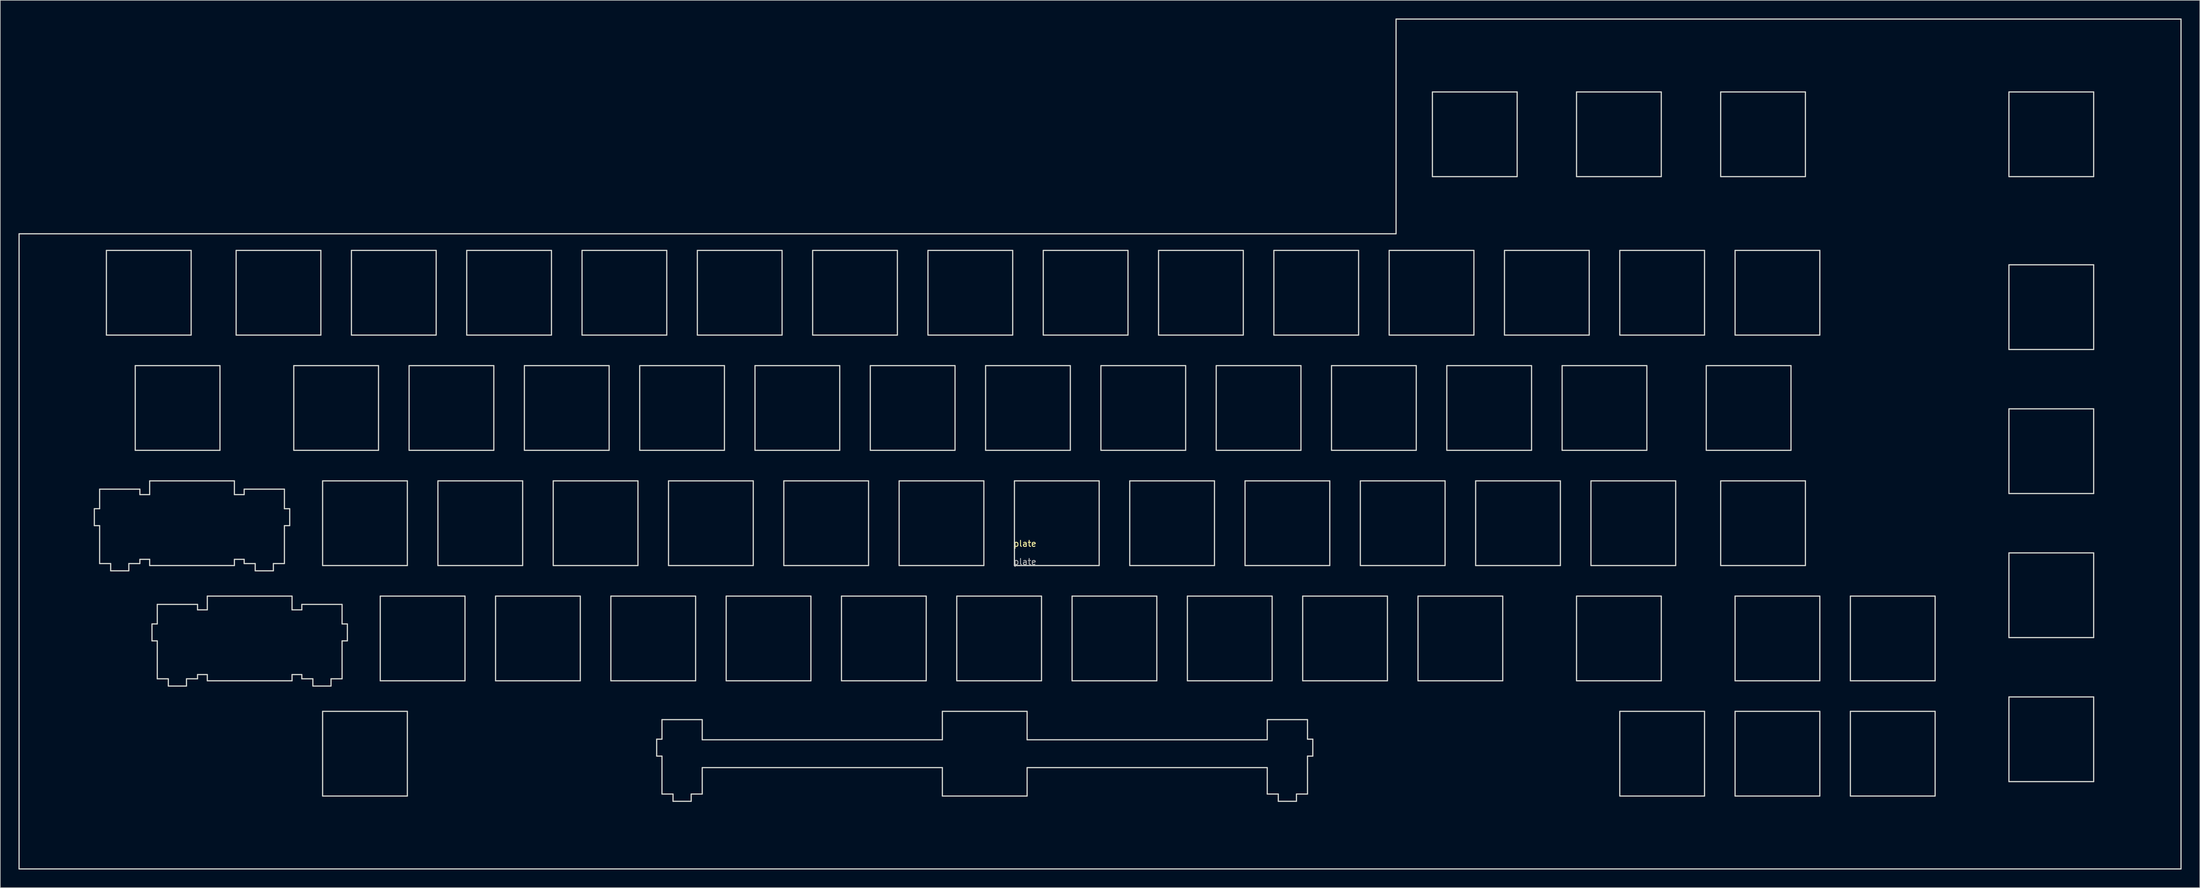
<source format=kicad_pcb>
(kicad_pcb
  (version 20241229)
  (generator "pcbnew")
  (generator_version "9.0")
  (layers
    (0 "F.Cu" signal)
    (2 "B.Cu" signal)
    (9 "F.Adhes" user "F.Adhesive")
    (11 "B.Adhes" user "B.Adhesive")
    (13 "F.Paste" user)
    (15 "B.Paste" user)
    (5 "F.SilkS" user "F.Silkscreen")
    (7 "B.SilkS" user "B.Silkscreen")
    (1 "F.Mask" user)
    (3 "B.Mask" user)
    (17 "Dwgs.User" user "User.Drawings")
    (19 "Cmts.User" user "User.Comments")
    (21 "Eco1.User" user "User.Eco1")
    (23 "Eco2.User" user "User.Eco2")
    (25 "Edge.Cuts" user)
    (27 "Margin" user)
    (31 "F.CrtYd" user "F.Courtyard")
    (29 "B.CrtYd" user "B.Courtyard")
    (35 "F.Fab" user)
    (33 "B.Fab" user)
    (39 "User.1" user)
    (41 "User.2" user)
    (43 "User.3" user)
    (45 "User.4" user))
  (footprint "plate"
    (layer "F.Cu")
    (at 166.292 87.314)
    (property "Reference" "plate" (at 0 -0.5 0) (unlocked yes) (layer "F.SilkS") (effects (font (size 1 1) (thickness 0.15))))
    (fp_line (start -166.192 -51.714) (end -166.192 53.28) (stroke (width 0.2) (type solid)) (layer "Edge.Cuts"))
    (fp_line (start -166.192 53.28) (end 190.996 53.28) (stroke (width 0.2) (type solid)) (layer "Edge.Cuts"))
    (fp_line (start -153.757 -6.27) (end -152.882 -6.27) (stroke (width 0.2) (type solid)) (layer "Edge.Cuts"))
    (fp_line (start -153.757 -3.47) (end -153.757 -6.27) (stroke (width 0.2) (type solid)) (layer "Edge.Cuts"))
    (fp_line (start -152.882 -9.5) (end -146.232 -9.5) (stroke (width 0.2) (type solid)) (layer "Edge.Cuts"))
    (fp_line (start -152.882 -6.27) (end -152.882 -9.5) (stroke (width 0.2) (type solid)) (layer "Edge.Cuts"))
    (fp_line (start -152.882 -3.47) (end -153.757 -3.47) (stroke (width 0.2) (type solid)) (layer "Edge.Cuts"))
    (fp_line (start -152.882 2.8) (end -152.882 -3.47) (stroke (width 0.2) (type solid)) (layer "Edge.Cuts"))
    (fp_line (start -151.761 -48.97) (end -137.761 -48.97) (stroke (width 0.2) (type solid)) (layer "Edge.Cuts"))
    (fp_line (start -151.761 -34.97) (end -151.761 -48.97) (stroke (width 0.2) (type solid)) (layer "Edge.Cuts"))
    (fp_line (start -151.057 2.8) (end -152.882 2.8) (stroke (width 0.2) (type solid)) (layer "Edge.Cuts"))
    (fp_line (start -151.057 4) (end -151.057 2.8) (stroke (width 0.2) (type solid)) (layer "Edge.Cuts"))
    (fp_line (start -148.057 2.8) (end -148.057 4) (stroke (width 0.2) (type solid)) (layer "Edge.Cuts"))
    (fp_line (start -148.057 4) (end -151.057 4) (stroke (width 0.2) (type solid)) (layer "Edge.Cuts"))
    (fp_line (start -146.999 -29.92) (end -132.999 -29.92) (stroke (width 0.2) (type solid)) (layer "Edge.Cuts"))
    (fp_line (start -146.999 -15.92) (end -146.999 -29.92) (stroke (width 0.2) (type solid)) (layer "Edge.Cuts"))
    (fp_line (start -146.232 -9.5) (end -146.232 -8.6) (stroke (width 0.2) (type solid)) (layer "Edge.Cuts"))
    (fp_line (start -146.232 -8.6) (end -144.617 -8.6) (stroke (width 0.2) (type solid)) (layer "Edge.Cuts"))
    (fp_line (start -146.232 2.1) (end -146.232 2.8) (stroke (width 0.2) (type solid)) (layer "Edge.Cuts"))
    (fp_line (start -146.232 2.8) (end -148.057 2.8) (stroke (width 0.2) (type solid)) (layer "Edge.Cuts"))
    (fp_line (start -144.617 -10.87) (end -130.617 -10.87) (stroke (width 0.2) (type solid)) (layer "Edge.Cuts"))
    (fp_line (start -144.617 -8.6) (end -144.617 -10.87) (stroke (width 0.2) (type solid)) (layer "Edge.Cuts"))
    (fp_line (start -144.617 2.1) (end -146.232 2.1) (stroke (width 0.2) (type solid)) (layer "Edge.Cuts"))
    (fp_line (start -144.617 3.13) (end -144.617 2.1) (stroke (width 0.2) (type solid)) (layer "Edge.Cuts"))
    (fp_line (start -144.232 12.78) (end -143.357 12.78) (stroke (width 0.2) (type solid)) (layer "Edge.Cuts"))
    (fp_line (start -144.232 15.58) (end -144.232 12.78) (stroke (width 0.2) (type solid)) (layer "Edge.Cuts"))
    (fp_line (start -143.357 9.55) (end -136.707 9.55) (stroke (width 0.2) (type solid)) (layer "Edge.Cuts"))
    (fp_line (start -143.357 12.78) (end -143.357 9.55) (stroke (width 0.2) (type solid)) (layer "Edge.Cuts"))
    (fp_line (start -143.357 15.58) (end -144.232 15.58) (stroke (width 0.2) (type solid)) (layer "Edge.Cuts"))
    (fp_line (start -143.357 21.85) (end -143.357 15.58) (stroke (width 0.2) (type solid)) (layer "Edge.Cuts"))
    (fp_line (start -141.532 21.85) (end -143.357 21.85) (stroke (width 0.2) (type solid)) (layer "Edge.Cuts"))
    (fp_line (start -141.532 23.05) (end -141.532 21.85) (stroke (width 0.2) (type solid)) (layer "Edge.Cuts"))
    (fp_line (start -138.532 21.85) (end -138.532 23.05) (stroke (width 0.2) (type solid)) (layer "Edge.Cuts"))
    (fp_line (start -138.532 23.05) (end -141.532 23.05) (stroke (width 0.2) (type solid)) (layer "Edge.Cuts"))
    (fp_line (start -137.761 -48.97) (end -137.761 -34.97) (stroke (width 0.2) (type solid)) (layer "Edge.Cuts"))
    (fp_line (start -137.761 -34.97) (end -151.761 -34.97) (stroke (width 0.2) (type solid)) (layer "Edge.Cuts"))
    (fp_line (start -136.707 9.55) (end -136.707 10.45) (stroke (width 0.2) (type solid)) (layer "Edge.Cuts"))
    (fp_line (start -136.707 10.45) (end -135.092 10.45) (stroke (width 0.2) (type solid)) (layer "Edge.Cuts"))
    (fp_line (start -136.707 21.15) (end -136.707 21.85) (stroke (width 0.2) (type solid)) (layer "Edge.Cuts"))
    (fp_line (start -136.707 21.85) (end -138.532 21.85) (stroke (width 0.2) (type solid)) (layer "Edge.Cuts"))
    (fp_line (start -135.092 8.18) (end -121.092 8.18) (stroke (width 0.2) (type solid)) (layer "Edge.Cuts"))
    (fp_line (start -135.092 10.45) (end -135.092 8.18) (stroke (width 0.2) (type solid)) (layer "Edge.Cuts"))
    (fp_line (start -135.092 21.15) (end -136.707 21.15) (stroke (width 0.2) (type solid)) (layer "Edge.Cuts"))
    (fp_line (start -135.092 22.18) (end -135.092 21.15) (stroke (width 0.2) (type solid)) (layer "Edge.Cuts"))
    (fp_line (start -132.999 -29.92) (end -132.999 -15.92) (stroke (width 0.2) (type solid)) (layer "Edge.Cuts"))
    (fp_line (start -132.999 -15.92) (end -146.999 -15.92) (stroke (width 0.2) (type solid)) (layer "Edge.Cuts"))
    (fp_line (start -130.617 -10.87) (end -130.617 -8.6) (stroke (width 0.2) (type solid)) (layer "Edge.Cuts"))
    (fp_line (start -130.617 -8.6) (end -129.002 -8.6) (stroke (width 0.2) (type solid)) (layer "Edge.Cuts"))
    (fp_line (start -130.617 2.1) (end -130.617 3.13) (stroke (width 0.2) (type solid)) (layer "Edge.Cuts"))
    (fp_line (start -130.617 3.13) (end -144.617 3.13) (stroke (width 0.2) (type solid)) (layer "Edge.Cuts"))
    (fp_line (start -130.33 -48.97) (end -116.33 -48.97) (stroke (width 0.2) (type solid)) (layer "Edge.Cuts"))
    (fp_line (start -130.33 -34.97) (end -130.33 -48.97) (stroke (width 0.2) (type solid)) (layer "Edge.Cuts"))
    (fp_line (start -129.002 -9.5) (end -122.352 -9.5) (stroke (width 0.2) (type solid)) (layer "Edge.Cuts"))
    (fp_line (start -129.002 -8.6) (end -129.002 -9.5) (stroke (width 0.2) (type solid)) (layer "Edge.Cuts"))
    (fp_line (start -129.002 2.1) (end -130.617 2.1) (stroke (width 0.2) (type solid)) (layer "Edge.Cuts"))
    (fp_line (start -129.002 2.8) (end -129.002 2.1) (stroke (width 0.2) (type solid)) (layer "Edge.Cuts"))
    (fp_line (start -127.177 2.8) (end -129.002 2.8) (stroke (width 0.2) (type solid)) (layer "Edge.Cuts"))
    (fp_line (start -127.177 4) (end -127.177 2.8) (stroke (width 0.2) (type solid)) (layer "Edge.Cuts"))
    (fp_line (start -124.177 2.8) (end -124.177 4) (stroke (width 0.2) (type solid)) (layer "Edge.Cuts"))
    (fp_line (start -124.177 4) (end -127.177 4) (stroke (width 0.2) (type solid)) (layer "Edge.Cuts"))
    (fp_line (start -122.352 -9.5) (end -122.352 -6.27) (stroke (width 0.2) (type solid)) (layer "Edge.Cuts"))
    (fp_line (start -122.352 -6.27) (end -121.477 -6.27) (stroke (width 0.2) (type solid)) (layer "Edge.Cuts"))
    (fp_line (start -122.352 -3.47) (end -122.352 2.8) (stroke (width 0.2) (type solid)) (layer "Edge.Cuts"))
    (fp_line (start -122.352 2.8) (end -124.177 2.8) (stroke (width 0.2) (type solid)) (layer "Edge.Cuts"))
    (fp_line (start -121.477 -6.27) (end -121.477 -3.47) (stroke (width 0.2) (type solid)) (layer "Edge.Cuts"))
    (fp_line (start -121.477 -3.47) (end -122.352 -3.47) (stroke (width 0.2) (type solid)) (layer "Edge.Cuts"))
    (fp_line (start -121.092 8.18) (end -121.092 10.45) (stroke (width 0.2) (type solid)) (layer "Edge.Cuts"))
    (fp_line (start -121.092 10.45) (end -119.477 10.45) (stroke (width 0.2) (type solid)) (layer "Edge.Cuts"))
    (fp_line (start -121.092 21.15) (end -121.092 22.18) (stroke (width 0.2) (type solid)) (layer "Edge.Cuts"))
    (fp_line (start -121.092 22.18) (end -135.092 22.18) (stroke (width 0.2) (type solid)) (layer "Edge.Cuts"))
    (fp_line (start -120.805 -29.92) (end -106.805 -29.92) (stroke (width 0.2) (type solid)) (layer "Edge.Cuts"))
    (fp_line (start -120.805 -15.92) (end -120.805 -29.92) (stroke (width 0.2) (type solid)) (layer "Edge.Cuts"))
    (fp_line (start -119.477 9.55) (end -112.827 9.55) (stroke (width 0.2) (type solid)) (layer "Edge.Cuts"))
    (fp_line (start -119.477 10.45) (end -119.477 9.55) (stroke (width 0.2) (type solid)) (layer "Edge.Cuts"))
    (fp_line (start -119.477 21.15) (end -121.092 21.15) (stroke (width 0.2) (type solid)) (layer "Edge.Cuts"))
    (fp_line (start -119.477 21.85) (end -119.477 21.15) (stroke (width 0.2) (type solid)) (layer "Edge.Cuts"))
    (fp_line (start -117.652 21.85) (end -119.477 21.85) (stroke (width 0.2) (type solid)) (layer "Edge.Cuts"))
    (fp_line (start -117.652 23.05) (end -117.652 21.85) (stroke (width 0.2) (type solid)) (layer "Edge.Cuts"))
    (fp_line (start -116.33 -48.97) (end -116.33 -34.97) (stroke (width 0.2) (type solid)) (layer "Edge.Cuts"))
    (fp_line (start -116.33 -34.97) (end -130.33 -34.97) (stroke (width 0.2) (type solid)) (layer "Edge.Cuts"))
    (fp_line (start -116.042 -10.87) (end -102.042 -10.87) (stroke (width 0.2) (type solid)) (layer "Edge.Cuts"))
    (fp_line (start -116.042 3.13) (end -116.042 -10.87) (stroke (width 0.2) (type solid)) (layer "Edge.Cuts"))
    (fp_line (start -116.042 27.23) (end -102.042 27.23) (stroke (width 0.2) (type solid)) (layer "Edge.Cuts"))
    (fp_line (start -116.042 41.23) (end -116.042 27.23) (stroke (width 0.2) (type solid)) (layer "Edge.Cuts"))
    (fp_line (start -114.652 21.85) (end -114.652 23.05) (stroke (width 0.2) (type solid)) (layer "Edge.Cuts"))
    (fp_line (start -114.652 23.05) (end -117.652 23.05) (stroke (width 0.2) (type solid)) (layer "Edge.Cuts"))
    (fp_line (start -112.827 9.55) (end -112.827 12.78) (stroke (width 0.2) (type solid)) (layer "Edge.Cuts"))
    (fp_line (start -112.827 12.78) (end -111.952 12.78) (stroke (width 0.2) (type solid)) (layer "Edge.Cuts"))
    (fp_line (start -112.827 15.58) (end -112.827 21.85) (stroke (width 0.2) (type solid)) (layer "Edge.Cuts"))
    (fp_line (start -112.827 21.85) (end -114.652 21.85) (stroke (width 0.2) (type solid)) (layer "Edge.Cuts"))
    (fp_line (start -111.952 12.78) (end -111.952 15.58) (stroke (width 0.2) (type solid)) (layer "Edge.Cuts"))
    (fp_line (start -111.952 15.58) (end -112.827 15.58) (stroke (width 0.2) (type solid)) (layer "Edge.Cuts"))
    (fp_line (start -111.28 -48.97) (end -97.28 -48.97) (stroke (width 0.2) (type solid)) (layer "Edge.Cuts"))
    (fp_line (start -111.28 -34.97) (end -111.28 -48.97) (stroke (width 0.2) (type solid)) (layer "Edge.Cuts"))
    (fp_line (start -106.805 -29.92) (end -106.805 -15.92) (stroke (width 0.2) (type solid)) (layer "Edge.Cuts"))
    (fp_line (start -106.805 -15.92) (end -120.805 -15.92) (stroke (width 0.2) (type solid)) (layer "Edge.Cuts"))
    (fp_line (start -106.517 8.18) (end -92.517 8.18) (stroke (width 0.2) (type solid)) (layer "Edge.Cuts"))
    (fp_line (start -106.517 22.18) (end -106.517 8.18) (stroke (width 0.2) (type solid)) (layer "Edge.Cuts"))
    (fp_line (start -102.042 -10.87) (end -102.042 3.13) (stroke (width 0.2) (type solid)) (layer "Edge.Cuts"))
    (fp_line (start -102.042 3.13) (end -116.042 3.13) (stroke (width 0.2) (type solid)) (layer "Edge.Cuts"))
    (fp_line (start -102.042 27.23) (end -102.042 41.23) (stroke (width 0.2) (type solid)) (layer "Edge.Cuts"))
    (fp_line (start -102.042 41.23) (end -116.042 41.23) (stroke (width 0.2) (type solid)) (layer "Edge.Cuts"))
    (fp_line (start -101.755 -29.92) (end -87.755 -29.92) (stroke (width 0.2) (type solid)) (layer "Edge.Cuts"))
    (fp_line (start -101.755 -15.92) (end -101.755 -29.92) (stroke (width 0.2) (type solid)) (layer "Edge.Cuts"))
    (fp_line (start -97.28 -48.97) (end -97.28 -34.97) (stroke (width 0.2) (type solid)) (layer "Edge.Cuts"))
    (fp_line (start -97.28 -34.97) (end -111.28 -34.97) (stroke (width 0.2) (type solid)) (layer "Edge.Cuts"))
    (fp_line (start -96.992 -10.87) (end -82.992 -10.87) (stroke (width 0.2) (type solid)) (layer "Edge.Cuts"))
    (fp_line (start -96.992 3.13) (end -96.992 -10.87) (stroke (width 0.2) (type solid)) (layer "Edge.Cuts"))
    (fp_line (start -92.517 8.18) (end -92.517 22.18) (stroke (width 0.2) (type solid)) (layer "Edge.Cuts"))
    (fp_line (start -92.517 22.18) (end -106.517 22.18) (stroke (width 0.2) (type solid)) (layer "Edge.Cuts"))
    (fp_line (start -92.23 -48.97) (end -78.23 -48.97) (stroke (width 0.2) (type solid)) (layer "Edge.Cuts"))
    (fp_line (start -92.23 -34.97) (end -92.23 -48.97) (stroke (width 0.2) (type solid)) (layer "Edge.Cuts"))
    (fp_line (start -87.755 -29.92) (end -87.755 -15.92) (stroke (width 0.2) (type solid)) (layer "Edge.Cuts"))
    (fp_line (start -87.755 -15.92) (end -101.755 -15.92) (stroke (width 0.2) (type solid)) (layer "Edge.Cuts"))
    (fp_line (start -87.467 8.18) (end -73.467 8.18) (stroke (width 0.2) (type solid)) (layer "Edge.Cuts"))
    (fp_line (start -87.467 22.18) (end -87.467 8.18) (stroke (width 0.2) (type solid)) (layer "Edge.Cuts"))
    (fp_line (start -82.992 -10.87) (end -82.992 3.13) (stroke (width 0.2) (type solid)) (layer "Edge.Cuts"))
    (fp_line (start -82.992 3.13) (end -96.992 3.13) (stroke (width 0.2) (type solid)) (layer "Edge.Cuts"))
    (fp_line (start -82.705 -29.92) (end -68.705 -29.92) (stroke (width 0.2) (type solid)) (layer "Edge.Cuts"))
    (fp_line (start -82.705 -15.92) (end -82.705 -29.92) (stroke (width 0.2) (type solid)) (layer "Edge.Cuts"))
    (fp_line (start -78.23 -48.97) (end -78.23 -34.97) (stroke (width 0.2) (type solid)) (layer "Edge.Cuts"))
    (fp_line (start -78.23 -34.97) (end -92.23 -34.97) (stroke (width 0.2) (type solid)) (layer "Edge.Cuts"))
    (fp_line (start -77.942 -10.87) (end -63.942 -10.87) (stroke (width 0.2) (type solid)) (layer "Edge.Cuts"))
    (fp_line (start -77.942 3.13) (end -77.942 -10.87) (stroke (width 0.2) (type solid)) (layer "Edge.Cuts"))
    (fp_line (start -73.467 8.18) (end -73.467 22.18) (stroke (width 0.2) (type solid)) (layer "Edge.Cuts"))
    (fp_line (start -73.467 22.18) (end -87.467 22.18) (stroke (width 0.2) (type solid)) (layer "Edge.Cuts"))
    (fp_line (start -73.18 -48.97) (end -59.18 -48.97) (stroke (width 0.2) (type solid)) (layer "Edge.Cuts"))
    (fp_line (start -73.18 -34.97) (end -73.18 -48.97) (stroke (width 0.2) (type solid)) (layer "Edge.Cuts"))
    (fp_line (start -68.705 -29.92) (end -68.705 -15.92) (stroke (width 0.2) (type solid)) (layer "Edge.Cuts"))
    (fp_line (start -68.705 -15.92) (end -82.705 -15.92) (stroke (width 0.2) (type solid)) (layer "Edge.Cuts"))
    (fp_line (start -68.417 8.18) (end -54.417 8.18) (stroke (width 0.2) (type solid)) (layer "Edge.Cuts"))
    (fp_line (start -68.417 22.18) (end -68.417 8.18) (stroke (width 0.2) (type solid)) (layer "Edge.Cuts"))
    (fp_line (start -63.942 -10.87) (end -63.942 3.13) (stroke (width 0.2) (type solid)) (layer "Edge.Cuts"))
    (fp_line (start -63.942 3.13) (end -77.942 3.13) (stroke (width 0.2) (type solid)) (layer "Edge.Cuts"))
    (fp_line (start -63.655 -29.92) (end -49.655 -29.92) (stroke (width 0.2) (type solid)) (layer "Edge.Cuts"))
    (fp_line (start -63.655 -15.92) (end -63.655 -29.92) (stroke (width 0.2) (type solid)) (layer "Edge.Cuts"))
    (fp_line (start -60.848 31.83) (end -59.973 31.83) (stroke (width 0.2) (type solid)) (layer "Edge.Cuts"))
    (fp_line (start -60.848 34.63) (end -60.848 31.83) (stroke (width 0.2) (type solid)) (layer "Edge.Cuts"))
    (fp_line (start -59.973 28.6) (end -53.323 28.6) (stroke (width 0.2) (type solid)) (layer "Edge.Cuts"))
    (fp_line (start -59.973 31.83) (end -59.973 28.6) (stroke (width 0.2) (type solid)) (layer "Edge.Cuts"))
    (fp_line (start -59.973 34.63) (end -60.848 34.63) (stroke (width 0.2) (type solid)) (layer "Edge.Cuts"))
    (fp_line (start -59.973 40.9) (end -59.973 34.63) (stroke (width 0.2) (type solid)) (layer "Edge.Cuts"))
    (fp_line (start -59.18 -48.97) (end -59.18 -34.97) (stroke (width 0.2) (type solid)) (layer "Edge.Cuts"))
    (fp_line (start -59.18 -34.97) (end -73.18 -34.97) (stroke (width 0.2) (type solid)) (layer "Edge.Cuts"))
    (fp_line (start -58.892 -10.87) (end -44.892 -10.87) (stroke (width 0.2) (type solid)) (layer "Edge.Cuts"))
    (fp_line (start -58.892 3.13) (end -58.892 -10.87) (stroke (width 0.2) (type solid)) (layer "Edge.Cuts"))
    (fp_line (start -58.148 40.9) (end -59.973 40.9) (stroke (width 0.2) (type solid)) (layer "Edge.Cuts"))
    (fp_line (start -58.148 42.1) (end -58.148 40.9) (stroke (width 0.2) (type solid)) (layer "Edge.Cuts"))
    (fp_line (start -55.148 40.9) (end -55.148 42.1) (stroke (width 0.2) (type solid)) (layer "Edge.Cuts"))
    (fp_line (start -55.148 42.1) (end -58.148 42.1) (stroke (width 0.2) (type solid)) (layer "Edge.Cuts"))
    (fp_line (start -54.417 8.18) (end -54.417 22.18) (stroke (width 0.2) (type solid)) (layer "Edge.Cuts"))
    (fp_line (start -54.417 22.18) (end -68.417 22.18) (stroke (width 0.2) (type solid)) (layer "Edge.Cuts"))
    (fp_line (start -54.13 -48.97) (end -40.13 -48.97) (stroke (width 0.2) (type solid)) (layer "Edge.Cuts"))
    (fp_line (start -54.13 -34.97) (end -54.13 -48.97) (stroke (width 0.2) (type solid)) (layer "Edge.Cuts"))
    (fp_line (start -53.323 28.6) (end -53.323 31.93) (stroke (width 0.2) (type solid)) (layer "Edge.Cuts"))
    (fp_line (start -53.323 31.93) (end -13.648 31.93) (stroke (width 0.2) (type solid)) (layer "Edge.Cuts"))
    (fp_line (start -53.323 36.53) (end -53.323 40.9) (stroke (width 0.2) (type solid)) (layer "Edge.Cuts"))
    (fp_line (start -53.323 40.9) (end -55.148 40.9) (stroke (width 0.2) (type solid)) (layer "Edge.Cuts"))
    (fp_line (start -49.655 -29.92) (end -49.655 -15.92) (stroke (width 0.2) (type solid)) (layer "Edge.Cuts"))
    (fp_line (start -49.655 -15.92) (end -63.655 -15.92) (stroke (width 0.2) (type solid)) (layer "Edge.Cuts"))
    (fp_line (start -49.367 8.18) (end -35.367 8.18) (stroke (width 0.2) (type solid)) (layer "Edge.Cuts"))
    (fp_line (start -49.367 22.18) (end -49.367 8.18) (stroke (width 0.2) (type solid)) (layer "Edge.Cuts"))
    (fp_line (start -44.892 -10.87) (end -44.892 3.13) (stroke (width 0.2) (type solid)) (layer "Edge.Cuts"))
    (fp_line (start -44.892 3.13) (end -58.892 3.13) (stroke (width 0.2) (type solid)) (layer "Edge.Cuts"))
    (fp_line (start -44.605 -29.92) (end -30.605 -29.92) (stroke (width 0.2) (type solid)) (layer "Edge.Cuts"))
    (fp_line (start -44.605 -15.92) (end -44.605 -29.92) (stroke (width 0.2) (type solid)) (layer "Edge.Cuts"))
    (fp_line (start -40.13 -48.97) (end -40.13 -34.97) (stroke (width 0.2) (type solid)) (layer "Edge.Cuts"))
    (fp_line (start -40.13 -34.97) (end -54.13 -34.97) (stroke (width 0.2) (type solid)) (layer "Edge.Cuts"))
    (fp_line (start -39.842 -10.87) (end -25.842 -10.87) (stroke (width 0.2) (type solid)) (layer "Edge.Cuts"))
    (fp_line (start -39.842 3.13) (end -39.842 -10.87) (stroke (width 0.2) (type solid)) (layer "Edge.Cuts"))
    (fp_line (start -35.367 8.18) (end -35.367 22.18) (stroke (width 0.2) (type solid)) (layer "Edge.Cuts"))
    (fp_line (start -35.367 22.18) (end -49.367 22.18) (stroke (width 0.2) (type solid)) (layer "Edge.Cuts"))
    (fp_line (start -35.08 -48.97) (end -21.08 -48.97) (stroke (width 0.2) (type solid)) (layer "Edge.Cuts"))
    (fp_line (start -35.08 -34.97) (end -35.08 -48.97) (stroke (width 0.2) (type solid)) (layer "Edge.Cuts"))
    (fp_line (start -30.605 -29.92) (end -30.605 -15.92) (stroke (width 0.2) (type solid)) (layer "Edge.Cuts"))
    (fp_line (start -30.605 -15.92) (end -44.605 -15.92) (stroke (width 0.2) (type solid)) (layer "Edge.Cuts"))
    (fp_line (start -30.317 8.18) (end -16.317 8.18) (stroke (width 0.2) (type solid)) (layer "Edge.Cuts"))
    (fp_line (start -30.317 22.18) (end -30.317 8.18) (stroke (width 0.2) (type solid)) (layer "Edge.Cuts"))
    (fp_line (start -25.842 -10.87) (end -25.842 3.13) (stroke (width 0.2) (type solid)) (layer "Edge.Cuts"))
    (fp_line (start -25.842 3.13) (end -39.842 3.13) (stroke (width 0.2) (type solid)) (layer "Edge.Cuts"))
    (fp_line (start -25.555 -29.92) (end -11.555 -29.92) (stroke (width 0.2) (type solid)) (layer "Edge.Cuts"))
    (fp_line (start -25.555 -15.92) (end -25.555 -29.92) (stroke (width 0.2) (type solid)) (layer "Edge.Cuts"))
    (fp_line (start -21.08 -48.97) (end -21.08 -34.97) (stroke (width 0.2) (type solid)) (layer "Edge.Cuts"))
    (fp_line (start -21.08 -34.97) (end -35.08 -34.97) (stroke (width 0.2) (type solid)) (layer "Edge.Cuts"))
    (fp_line (start -20.792 -10.87) (end -6.792 -10.87) (stroke (width 0.2) (type solid)) (layer "Edge.Cuts"))
    (fp_line (start -20.792 3.13) (end -20.792 -10.87) (stroke (width 0.2) (type solid)) (layer "Edge.Cuts"))
    (fp_line (start -16.317 8.18) (end -16.317 22.18) (stroke (width 0.2) (type solid)) (layer "Edge.Cuts"))
    (fp_line (start -16.317 22.18) (end -30.317 22.18) (stroke (width 0.2) (type solid)) (layer "Edge.Cuts"))
    (fp_line (start -16.03 -48.97) (end -2.03 -48.97) (stroke (width 0.2) (type solid)) (layer "Edge.Cuts"))
    (fp_line (start -16.03 -34.97) (end -16.03 -48.97) (stroke (width 0.2) (type solid)) (layer "Edge.Cuts"))
    (fp_line (start -13.648 27.23) (end 0.352 27.23) (stroke (width 0.2) (type solid)) (layer "Edge.Cuts"))
    (fp_line (start -13.648 31.93) (end -13.648 27.23) (stroke (width 0.2) (type solid)) (layer "Edge.Cuts"))
    (fp_line (start -13.648 36.53) (end -53.323 36.53) (stroke (width 0.2) (type solid)) (layer "Edge.Cuts"))
    (fp_line (start -13.648 41.23) (end -13.648 36.53) (stroke (width 0.2) (type solid)) (layer "Edge.Cuts"))
    (fp_line (start -11.555 -29.92) (end -11.555 -15.92) (stroke (width 0.2) (type solid)) (layer "Edge.Cuts"))
    (fp_line (start -11.555 -15.92) (end -25.555 -15.92) (stroke (width 0.2) (type solid)) (layer "Edge.Cuts"))
    (fp_line (start -11.267 8.18) (end 2.733 8.18) (stroke (width 0.2) (type solid)) (layer "Edge.Cuts"))
    (fp_line (start -11.267 22.18) (end -11.267 8.18) (stroke (width 0.2) (type solid)) (layer "Edge.Cuts"))
    (fp_line (start -6.792 -10.87) (end -6.792 3.13) (stroke (width 0.2) (type solid)) (layer "Edge.Cuts"))
    (fp_line (start -6.792 3.13) (end -20.792 3.13) (stroke (width 0.2) (type solid)) (layer "Edge.Cuts"))
    (fp_line (start -6.505 -29.92) (end 7.495 -29.92) (stroke (width 0.2) (type solid)) (layer "Edge.Cuts"))
    (fp_line (start -6.505 -15.92) (end -6.505 -29.92) (stroke (width 0.2) (type solid)) (layer "Edge.Cuts"))
    (fp_line (start -2.03 -48.97) (end -2.03 -34.97) (stroke (width 0.2) (type solid)) (layer "Edge.Cuts"))
    (fp_line (start -2.03 -34.97) (end -16.03 -34.97) (stroke (width 0.2) (type solid)) (layer "Edge.Cuts"))
    (fp_line (start -1.742 -10.87) (end 12.258 -10.87) (stroke (width 0.2) (type solid)) (layer "Edge.Cuts"))
    (fp_line (start -1.742 3.13) (end -1.742 -10.87) (stroke (width 0.2) (type solid)) (layer "Edge.Cuts"))
    (fp_line (start 0.352 27.23) (end 0.352 31.93) (stroke (width 0.2) (type solid)) (layer "Edge.Cuts"))
    (fp_line (start 0.352 31.93) (end 40.027 31.93) (stroke (width 0.2) (type solid)) (layer "Edge.Cuts"))
    (fp_line (start 0.352 36.53) (end 0.352 41.23) (stroke (width 0.2) (type solid)) (layer "Edge.Cuts"))
    (fp_line (start 0.352 41.23) (end -13.648 41.23) (stroke (width 0.2) (type solid)) (layer "Edge.Cuts"))
    (fp_line (start 2.733 8.18) (end 2.733 22.18) (stroke (width 0.2) (type solid)) (layer "Edge.Cuts"))
    (fp_line (start 2.733 22.18) (end -11.267 22.18) (stroke (width 0.2) (type solid)) (layer "Edge.Cuts"))
    (fp_line (start 3.02 -48.97) (end 17.02 -48.97) (stroke (width 0.2) (type solid)) (layer "Edge.Cuts"))
    (fp_line (start 3.02 -34.97) (end 3.02 -48.97) (stroke (width 0.2) (type solid)) (layer "Edge.Cuts"))
    (fp_line (start 7.495 -29.92) (end 7.495 -15.92) (stroke (width 0.2) (type solid)) (layer "Edge.Cuts"))
    (fp_line (start 7.495 -15.92) (end -6.505 -15.92) (stroke (width 0.2) (type solid)) (layer "Edge.Cuts"))
    (fp_line (start 7.783 8.18) (end 21.783 8.18) (stroke (width 0.2) (type solid)) (layer "Edge.Cuts"))
    (fp_line (start 7.783 22.18) (end 7.783 8.18) (stroke (width 0.2) (type solid)) (layer "Edge.Cuts"))
    (fp_line (start 12.258 -10.87) (end 12.258 3.13) (stroke (width 0.2) (type solid)) (layer "Edge.Cuts"))
    (fp_line (start 12.258 3.13) (end -1.742 3.13) (stroke (width 0.2) (type solid)) (layer "Edge.Cuts"))
    (fp_line (start 12.545 -29.92) (end 26.545 -29.92) (stroke (width 0.2) (type solid)) (layer "Edge.Cuts"))
    (fp_line (start 12.545 -15.92) (end 12.545 -29.92) (stroke (width 0.2) (type solid)) (layer "Edge.Cuts"))
    (fp_line (start 17.02 -48.97) (end 17.02 -34.97) (stroke (width 0.2) (type solid)) (layer "Edge.Cuts"))
    (fp_line (start 17.02 -34.97) (end 3.02 -34.97) (stroke (width 0.2) (type solid)) (layer "Edge.Cuts"))
    (fp_line (start 17.308 -10.87) (end 31.308 -10.87) (stroke (width 0.2) (type solid)) (layer "Edge.Cuts"))
    (fp_line (start 17.308 3.13) (end 17.308 -10.87) (stroke (width 0.2) (type solid)) (layer "Edge.Cuts"))
    (fp_line (start 21.783 8.18) (end 21.783 22.18) (stroke (width 0.2) (type solid)) (layer "Edge.Cuts"))
    (fp_line (start 21.783 22.18) (end 7.783 22.18) (stroke (width 0.2) (type solid)) (layer "Edge.Cuts"))
    (fp_line (start 22.07 -48.97) (end 36.07 -48.97) (stroke (width 0.2) (type solid)) (layer "Edge.Cuts"))
    (fp_line (start 22.07 -34.97) (end 22.07 -48.97) (stroke (width 0.2) (type solid)) (layer "Edge.Cuts"))
    (fp_line (start 26.545 -29.92) (end 26.545 -15.92) (stroke (width 0.2) (type solid)) (layer "Edge.Cuts"))
    (fp_line (start 26.545 -15.92) (end 12.545 -15.92) (stroke (width 0.2) (type solid)) (layer "Edge.Cuts"))
    (fp_line (start 26.833 8.18) (end 40.833 8.18) (stroke (width 0.2) (type solid)) (layer "Edge.Cuts"))
    (fp_line (start 26.833 22.18) (end 26.833 8.18) (stroke (width 0.2) (type solid)) (layer "Edge.Cuts"))
    (fp_line (start 31.308 -10.87) (end 31.308 3.13) (stroke (width 0.2) (type solid)) (layer "Edge.Cuts"))
    (fp_line (start 31.308 3.13) (end 17.308 3.13) (stroke (width 0.2) (type solid)) (layer "Edge.Cuts"))
    (fp_line (start 31.595 -29.92) (end 45.595 -29.92) (stroke (width 0.2) (type solid)) (layer "Edge.Cuts"))
    (fp_line (start 31.595 -15.92) (end 31.595 -29.92) (stroke (width 0.2) (type solid)) (layer "Edge.Cuts"))
    (fp_line (start 36.07 -48.97) (end 36.07 -34.97) (stroke (width 0.2) (type solid)) (layer "Edge.Cuts"))
    (fp_line (start 36.07 -34.97) (end 22.07 -34.97) (stroke (width 0.2) (type solid)) (layer "Edge.Cuts"))
    (fp_line (start 36.358 -10.87) (end 50.358 -10.87) (stroke (width 0.2) (type solid)) (layer "Edge.Cuts"))
    (fp_line (start 36.358 3.13) (end 36.358 -10.87) (stroke (width 0.2) (type solid)) (layer "Edge.Cuts"))
    (fp_line (start 40.027 28.6) (end 46.677 28.6) (stroke (width 0.2) (type solid)) (layer "Edge.Cuts"))
    (fp_line (start 40.027 31.93) (end 40.027 28.6) (stroke (width 0.2) (type solid)) (layer "Edge.Cuts"))
    (fp_line (start 40.027 36.53) (end 0.352 36.53) (stroke (width 0.2) (type solid)) (layer "Edge.Cuts"))
    (fp_line (start 40.027 40.9) (end 40.027 36.53) (stroke (width 0.2) (type solid)) (layer "Edge.Cuts"))
    (fp_line (start 40.833 8.18) (end 40.833 22.18) (stroke (width 0.2) (type solid)) (layer "Edge.Cuts"))
    (fp_line (start 40.833 22.18) (end 26.833 22.18) (stroke (width 0.2) (type solid)) (layer "Edge.Cuts"))
    (fp_line (start 41.12 -48.97) (end 55.12 -48.97) (stroke (width 0.2) (type solid)) (layer "Edge.Cuts"))
    (fp_line (start 41.12 -34.97) (end 41.12 -48.97) (stroke (width 0.2) (type solid)) (layer "Edge.Cuts"))
    (fp_line (start 41.852 40.9) (end 40.027 40.9) (stroke (width 0.2) (type solid)) (layer "Edge.Cuts"))
    (fp_line (start 41.852 42.1) (end 41.852 40.9) (stroke (width 0.2) (type solid)) (layer "Edge.Cuts"))
    (fp_line (start 44.852 40.9) (end 44.852 42.1) (stroke (width 0.2) (type solid)) (layer "Edge.Cuts"))
    (fp_line (start 44.852 42.1) (end 41.852 42.1) (stroke (width 0.2) (type solid)) (layer "Edge.Cuts"))
    (fp_line (start 45.595 -29.92) (end 45.595 -15.92) (stroke (width 0.2) (type solid)) (layer "Edge.Cuts"))
    (fp_line (start 45.595 -15.92) (end 31.595 -15.92) (stroke (width 0.2) (type solid)) (layer "Edge.Cuts"))
    (fp_line (start 45.883 8.18) (end 59.883 8.18) (stroke (width 0.2) (type solid)) (layer "Edge.Cuts"))
    (fp_line (start 45.883 22.18) (end 45.883 8.18) (stroke (width 0.2) (type solid)) (layer "Edge.Cuts"))
    (fp_line (start 46.677 28.6) (end 46.677 31.83) (stroke (width 0.2) (type solid)) (layer "Edge.Cuts"))
    (fp_line (start 46.677 31.83) (end 47.552 31.83) (stroke (width 0.2) (type solid)) (layer "Edge.Cuts"))
    (fp_line (start 46.677 34.63) (end 46.677 40.9) (stroke (width 0.2) (type solid)) (layer "Edge.Cuts"))
    (fp_line (start 46.677 40.9) (end 44.852 40.9) (stroke (width 0.2) (type solid)) (layer "Edge.Cuts"))
    (fp_line (start 47.552 31.83) (end 47.552 34.63) (stroke (width 0.2) (type solid)) (layer "Edge.Cuts"))
    (fp_line (start 47.552 34.63) (end 46.677 34.63) (stroke (width 0.2) (type solid)) (layer "Edge.Cuts"))
    (fp_line (start 50.358 -10.87) (end 50.358 3.13) (stroke (width 0.2) (type solid)) (layer "Edge.Cuts"))
    (fp_line (start 50.358 3.13) (end 36.358 3.13) (stroke (width 0.2) (type solid)) (layer "Edge.Cuts"))
    (fp_line (start 50.645 -29.92) (end 64.645 -29.92) (stroke (width 0.2) (type solid)) (layer "Edge.Cuts"))
    (fp_line (start 50.645 -15.92) (end 50.645 -29.92) (stroke (width 0.2) (type solid)) (layer "Edge.Cuts"))
    (fp_line (start 55.12 -48.97) (end 55.12 -34.97) (stroke (width 0.2) (type solid)) (layer "Edge.Cuts"))
    (fp_line (start 55.12 -34.97) (end 41.12 -34.97) (stroke (width 0.2) (type solid)) (layer "Edge.Cuts"))
    (fp_line (start 55.408 -10.87) (end 69.408 -10.87) (stroke (width 0.2) (type solid)) (layer "Edge.Cuts"))
    (fp_line (start 55.408 3.13) (end 55.408 -10.87) (stroke (width 0.2) (type solid)) (layer "Edge.Cuts"))
    (fp_line (start 59.883 8.18) (end 59.883 22.18) (stroke (width 0.2) (type solid)) (layer "Edge.Cuts"))
    (fp_line (start 59.883 22.18) (end 45.883 22.18) (stroke (width 0.2) (type solid)) (layer "Edge.Cuts"))
    (fp_line (start 60.17 -48.97) (end 74.17 -48.97) (stroke (width 0.2) (type solid)) (layer "Edge.Cuts"))
    (fp_line (start 60.17 -34.97) (end 60.17 -48.97) (stroke (width 0.2) (type solid)) (layer "Edge.Cuts"))
    (fp_line (start 61.308 -87.214) (end 61.308 -51.714) (stroke (width 0.2) (type solid)) (layer "Edge.Cuts"))
    (fp_line (start 61.308 -51.714) (end -166.192 -51.714) (stroke (width 0.2) (type solid)) (layer "Edge.Cuts"))
    (fp_line (start 64.645 -29.92) (end 64.645 -15.92) (stroke (width 0.2) (type solid)) (layer "Edge.Cuts"))
    (fp_line (start 64.645 -15.92) (end 50.645 -15.92) (stroke (width 0.2) (type solid)) (layer "Edge.Cuts"))
    (fp_line (start 64.933 8.18) (end 78.933 8.18) (stroke (width 0.2) (type solid)) (layer "Edge.Cuts"))
    (fp_line (start 64.933 22.18) (end 64.933 8.18) (stroke (width 0.2) (type solid)) (layer "Edge.Cuts"))
    (fp_line (start 67.314 -75.164) (end 81.314 -75.164) (stroke (width 0.2) (type solid)) (layer "Edge.Cuts"))
    (fp_line (start 67.314 -61.164) (end 67.314 -75.164) (stroke (width 0.2) (type solid)) (layer "Edge.Cuts"))
    (fp_line (start 69.408 -10.87) (end 69.408 3.13) (stroke (width 0.2) (type solid)) (layer "Edge.Cuts"))
    (fp_line (start 69.408 3.13) (end 55.408 3.13) (stroke (width 0.2) (type solid)) (layer "Edge.Cuts"))
    (fp_line (start 69.695 -29.92) (end 83.695 -29.92) (stroke (width 0.2) (type solid)) (layer "Edge.Cuts"))
    (fp_line (start 69.695 -15.92) (end 69.695 -29.92) (stroke (width 0.2) (type solid)) (layer "Edge.Cuts"))
    (fp_line (start 74.17 -48.97) (end 74.17 -34.97) (stroke (width 0.2) (type solid)) (layer "Edge.Cuts"))
    (fp_line (start 74.17 -34.97) (end 60.17 -34.97) (stroke (width 0.2) (type solid)) (layer "Edge.Cuts"))
    (fp_line (start 74.458 -10.87) (end 88.458 -10.87) (stroke (width 0.2) (type solid)) (layer "Edge.Cuts"))
    (fp_line (start 74.458 3.13) (end 74.458 -10.87) (stroke (width 0.2) (type solid)) (layer "Edge.Cuts"))
    (fp_line (start 78.933 8.18) (end 78.933 22.18) (stroke (width 0.2) (type solid)) (layer "Edge.Cuts"))
    (fp_line (start 78.933 22.18) (end 64.933 22.18) (stroke (width 0.2) (type solid)) (layer "Edge.Cuts"))
    (fp_line (start 79.22 -48.97) (end 93.22 -48.97) (stroke (width 0.2) (type solid)) (layer "Edge.Cuts"))
    (fp_line (start 79.22 -34.97) (end 79.22 -48.97) (stroke (width 0.2) (type solid)) (layer "Edge.Cuts"))
    (fp_line (start 81.314 -75.164) (end 81.314 -61.164) (stroke (width 0.2) (type solid)) (layer "Edge.Cuts"))
    (fp_line (start 81.314 -61.164) (end 67.314 -61.164) (stroke (width 0.2) (type solid)) (layer "Edge.Cuts"))
    (fp_line (start 83.695 -29.92) (end 83.695 -15.92) (stroke (width 0.2) (type solid)) (layer "Edge.Cuts"))
    (fp_line (start 83.695 -15.92) (end 69.695 -15.92) (stroke (width 0.2) (type solid)) (layer "Edge.Cuts"))
    (fp_line (start 88.458 -10.87) (end 88.458 3.13) (stroke (width 0.2) (type solid)) (layer "Edge.Cuts"))
    (fp_line (start 88.458 3.13) (end 74.458 3.13) (stroke (width 0.2) (type solid)) (layer "Edge.Cuts"))
    (fp_line (start 88.745 -29.92) (end 102.745 -29.92) (stroke (width 0.2) (type solid)) (layer "Edge.Cuts"))
    (fp_line (start 88.745 -15.92) (end 88.745 -29.92) (stroke (width 0.2) (type solid)) (layer "Edge.Cuts"))
    (fp_line (start 91.127 -75.164) (end 105.127 -75.164) (stroke (width 0.2) (type solid)) (layer "Edge.Cuts"))
    (fp_line (start 91.127 -61.164) (end 91.127 -75.164) (stroke (width 0.2) (type solid)) (layer "Edge.Cuts"))
    (fp_line (start 91.127 8.18) (end 105.127 8.18) (stroke (width 0.2) (type solid)) (layer "Edge.Cuts"))
    (fp_line (start 91.127 22.18) (end 91.127 8.18) (stroke (width 0.2) (type solid)) (layer "Edge.Cuts"))
    (fp_line (start 93.22 -48.97) (end 93.22 -34.97) (stroke (width 0.2) (type solid)) (layer "Edge.Cuts"))
    (fp_line (start 93.22 -34.97) (end 79.22 -34.97) (stroke (width 0.2) (type solid)) (layer "Edge.Cuts"))
    (fp_line (start 93.508 -10.87) (end 107.508 -10.87) (stroke (width 0.2) (type solid)) (layer "Edge.Cuts"))
    (fp_line (start 93.508 3.13) (end 93.508 -10.87) (stroke (width 0.2) (type solid)) (layer "Edge.Cuts"))
    (fp_line (start 98.27 -48.97) (end 112.27 -48.97) (stroke (width 0.2) (type solid)) (layer "Edge.Cuts"))
    (fp_line (start 98.27 -34.97) (end 98.27 -48.97) (stroke (width 0.2) (type solid)) (layer "Edge.Cuts"))
    (fp_line (start 98.27 27.23) (end 112.27 27.23) (stroke (width 0.2) (type solid)) (layer "Edge.Cuts"))
    (fp_line (start 98.27 41.23) (end 98.27 27.23) (stroke (width 0.2) (type solid)) (layer "Edge.Cuts"))
    (fp_line (start 102.745 -29.92) (end 102.745 -15.92) (stroke (width 0.2) (type solid)) (layer "Edge.Cuts"))
    (fp_line (start 102.745 -15.92) (end 88.745 -15.92) (stroke (width 0.2) (type solid)) (layer "Edge.Cuts"))
    (fp_line (start 105.127 -75.164) (end 105.127 -61.164) (stroke (width 0.2) (type solid)) (layer "Edge.Cuts"))
    (fp_line (start 105.127 -61.164) (end 91.127 -61.164) (stroke (width 0.2) (type solid)) (layer "Edge.Cuts"))
    (fp_line (start 105.127 8.18) (end 105.127 22.18) (stroke (width 0.2) (type solid)) (layer "Edge.Cuts"))
    (fp_line (start 105.127 22.18) (end 91.127 22.18) (stroke (width 0.2) (type solid)) (layer "Edge.Cuts"))
    (fp_line (start 107.508 -10.87) (end 107.508 3.13) (stroke (width 0.2) (type solid)) (layer "Edge.Cuts"))
    (fp_line (start 107.508 3.13) (end 93.508 3.13) (stroke (width 0.2) (type solid)) (layer "Edge.Cuts"))
    (fp_line (start 112.27 -48.97) (end 112.27 -34.97) (stroke (width 0.2) (type solid)) (layer "Edge.Cuts"))
    (fp_line (start 112.27 -34.97) (end 98.27 -34.97) (stroke (width 0.2) (type solid)) (layer "Edge.Cuts"))
    (fp_line (start 112.27 27.23) (end 112.27 41.23) (stroke (width 0.2) (type solid)) (layer "Edge.Cuts"))
    (fp_line (start 112.27 41.23) (end 98.27 41.23) (stroke (width 0.2) (type solid)) (layer "Edge.Cuts"))
    (fp_line (start 112.558 -29.92) (end 126.558 -29.92) (stroke (width 0.2) (type solid)) (layer "Edge.Cuts"))
    (fp_line (start 112.558 -15.92) (end 112.558 -29.92) (stroke (width 0.2) (type solid)) (layer "Edge.Cuts"))
    (fp_line (start 114.939 -75.164) (end 128.939 -75.164) (stroke (width 0.2) (type solid)) (layer "Edge.Cuts"))
    (fp_line (start 114.939 -61.164) (end 114.939 -75.164) (stroke (width 0.2) (type solid)) (layer "Edge.Cuts"))
    (fp_line (start 114.939 -10.87) (end 128.939 -10.87) (stroke (width 0.2) (type solid)) (layer "Edge.Cuts"))
    (fp_line (start 114.939 3.13) (end 114.939 -10.87) (stroke (width 0.2) (type solid)) (layer "Edge.Cuts"))
    (fp_line (start 117.32 -48.97) (end 131.32 -48.97) (stroke (width 0.2) (type solid)) (layer "Edge.Cuts"))
    (fp_line (start 117.32 -34.97) (end 117.32 -48.97) (stroke (width 0.2) (type solid)) (layer "Edge.Cuts"))
    (fp_line (start 117.32 8.18) (end 131.32 8.18) (stroke (width 0.2) (type solid)) (layer "Edge.Cuts"))
    (fp_line (start 117.32 22.18) (end 117.32 8.18) (stroke (width 0.2) (type solid)) (layer "Edge.Cuts"))
    (fp_line (start 117.32 27.23) (end 131.32 27.23) (stroke (width 0.2) (type solid)) (layer "Edge.Cuts"))
    (fp_line (start 117.32 41.23) (end 117.32 27.23) (stroke (width 0.2) (type solid)) (layer "Edge.Cuts"))
    (fp_line (start 126.558 -29.92) (end 126.558 -15.92) (stroke (width 0.2) (type solid)) (layer "Edge.Cuts"))
    (fp_line (start 126.558 -15.92) (end 112.558 -15.92) (stroke (width 0.2) (type solid)) (layer "Edge.Cuts"))
    (fp_line (start 128.939 -75.164) (end 128.939 -61.164) (stroke (width 0.2) (type solid)) (layer "Edge.Cuts"))
    (fp_line (start 128.939 -61.164) (end 114.939 -61.164) (stroke (width 0.2) (type solid)) (layer "Edge.Cuts"))
    (fp_line (start 128.939 -10.87) (end 128.939 3.13) (stroke (width 0.2) (type solid)) (layer "Edge.Cuts"))
    (fp_line (start 128.939 3.13) (end 114.939 3.13) (stroke (width 0.2) (type solid)) (layer "Edge.Cuts"))
    (fp_line (start 131.32 -48.97) (end 131.32 -34.97) (stroke (width 0.2) (type solid)) (layer "Edge.Cuts"))
    (fp_line (start 131.32 -34.97) (end 117.32 -34.97) (stroke (width 0.2) (type solid)) (layer "Edge.Cuts"))
    (fp_line (start 131.32 8.18) (end 131.32 22.18) (stroke (width 0.2) (type solid)) (layer "Edge.Cuts"))
    (fp_line (start 131.32 22.18) (end 117.32 22.18) (stroke (width 0.2) (type solid)) (layer "Edge.Cuts"))
    (fp_line (start 131.32 27.23) (end 131.32 41.23) (stroke (width 0.2) (type solid)) (layer "Edge.Cuts"))
    (fp_line (start 131.32 41.23) (end 117.32 41.23) (stroke (width 0.2) (type solid)) (layer "Edge.Cuts"))
    (fp_line (start 136.37 8.18) (end 150.37 8.18) (stroke (width 0.2) (type solid)) (layer "Edge.Cuts"))
    (fp_line (start 136.37 22.18) (end 136.37 8.18) (stroke (width 0.2) (type solid)) (layer "Edge.Cuts"))
    (fp_line (start 136.37 27.23) (end 150.37 27.23) (stroke (width 0.2) (type solid)) (layer "Edge.Cuts"))
    (fp_line (start 136.37 41.23) (end 136.37 27.23) (stroke (width 0.2) (type solid)) (layer "Edge.Cuts"))
    (fp_line (start 150.37 8.18) (end 150.37 22.18) (stroke (width 0.2) (type solid)) (layer "Edge.Cuts"))
    (fp_line (start 150.37 22.18) (end 136.37 22.18) (stroke (width 0.2) (type solid)) (layer "Edge.Cuts"))
    (fp_line (start 150.37 27.23) (end 150.37 41.23) (stroke (width 0.2) (type solid)) (layer "Edge.Cuts"))
    (fp_line (start 150.37 41.23) (end 136.37 41.23) (stroke (width 0.2) (type solid)) (layer "Edge.Cuts"))
    (fp_line (start 162.564 -75.164) (end 176.564 -75.164) (stroke (width 0.2) (type solid)) (layer "Edge.Cuts"))
    (fp_line (start 162.564 -61.164) (end 162.564 -75.164) (stroke (width 0.2) (type solid)) (layer "Edge.Cuts"))
    (fp_line (start 162.564 -46.589) (end 176.564 -46.589) (stroke (width 0.2) (type solid)) (layer "Edge.Cuts"))
    (fp_line (start 162.564 -32.589) (end 162.564 -46.589) (stroke (width 0.2) (type solid)) (layer "Edge.Cuts"))
    (fp_line (start 162.564 -22.777) (end 176.564 -22.777) (stroke (width 0.2) (type solid)) (layer "Edge.Cuts"))
    (fp_line (start 162.564 -8.777) (end 162.564 -22.777) (stroke (width 0.2) (type solid)) (layer "Edge.Cuts"))
    (fp_line (start 162.564 1.036) (end 176.564 1.036) (stroke (width 0.2) (type solid)) (layer "Edge.Cuts"))
    (fp_line (start 162.564 15.036) (end 162.564 1.036) (stroke (width 0.2) (type solid)) (layer "Edge.Cuts"))
    (fp_line (start 162.564 24.848) (end 176.564 24.848) (stroke (width 0.2) (type solid)) (layer "Edge.Cuts"))
    (fp_line (start 162.564 38.848) (end 162.564 24.848) (stroke (width 0.2) (type solid)) (layer "Edge.Cuts"))
    (fp_line (start 176.564 -75.164) (end 176.564 -61.164) (stroke (width 0.2) (type solid)) (layer "Edge.Cuts"))
    (fp_line (start 176.564 -61.164) (end 162.564 -61.164) (stroke (width 0.2) (type solid)) (layer "Edge.Cuts"))
    (fp_line (start 176.564 -46.589) (end 176.564 -32.589) (stroke (width 0.2) (type solid)) (layer "Edge.Cuts"))
    (fp_line (start 176.564 -32.589) (end 162.564 -32.589) (stroke (width 0.2) (type solid)) (layer "Edge.Cuts"))
    (fp_line (start 176.564 -22.777) (end 176.564 -8.777) (stroke (width 0.2) (type solid)) (layer "Edge.Cuts"))
    (fp_line (start 176.564 -8.777) (end 162.564 -8.777) (stroke (width 0.2) (type solid)) (layer "Edge.Cuts"))
    (fp_line (start 176.564 1.036) (end 176.564 15.036) (stroke (width 0.2) (type solid)) (layer "Edge.Cuts"))
    (fp_line (start 176.564 15.036) (end 162.564 15.036) (stroke (width 0.2) (type solid)) (layer "Edge.Cuts"))
    (fp_line (start 176.564 24.848) (end 176.564 38.848) (stroke (width 0.2) (type solid)) (layer "Edge.Cuts"))
    (fp_line (start 176.564 38.848) (end 162.564 38.848) (stroke (width 0.2) (type solid)) (layer "Edge.Cuts"))
    (fp_line (start 190.996 -87.214) (end 61.308 -87.214) (stroke (width 0.2) (type solid)) (layer "Edge.Cuts"))
    (fp_line (start 190.996 53.28) (end 190.996 -87.214) (stroke (width 0.2) (type solid)) (layer "Edge.Cuts"))
    (fp_text user "${REFERENCE}" (at 0 2.5 0) (unlocked yes) (layer "F.Fab") (effects (font (size 1 1) (thickness 0.15)))))
  (gr_rect
    (start -3 -3)
    (end 360.388 143.694)
    (stroke (width 0.1) (type default))
    (fill no)
    (layer "Edge.Cuts")))
</source>
